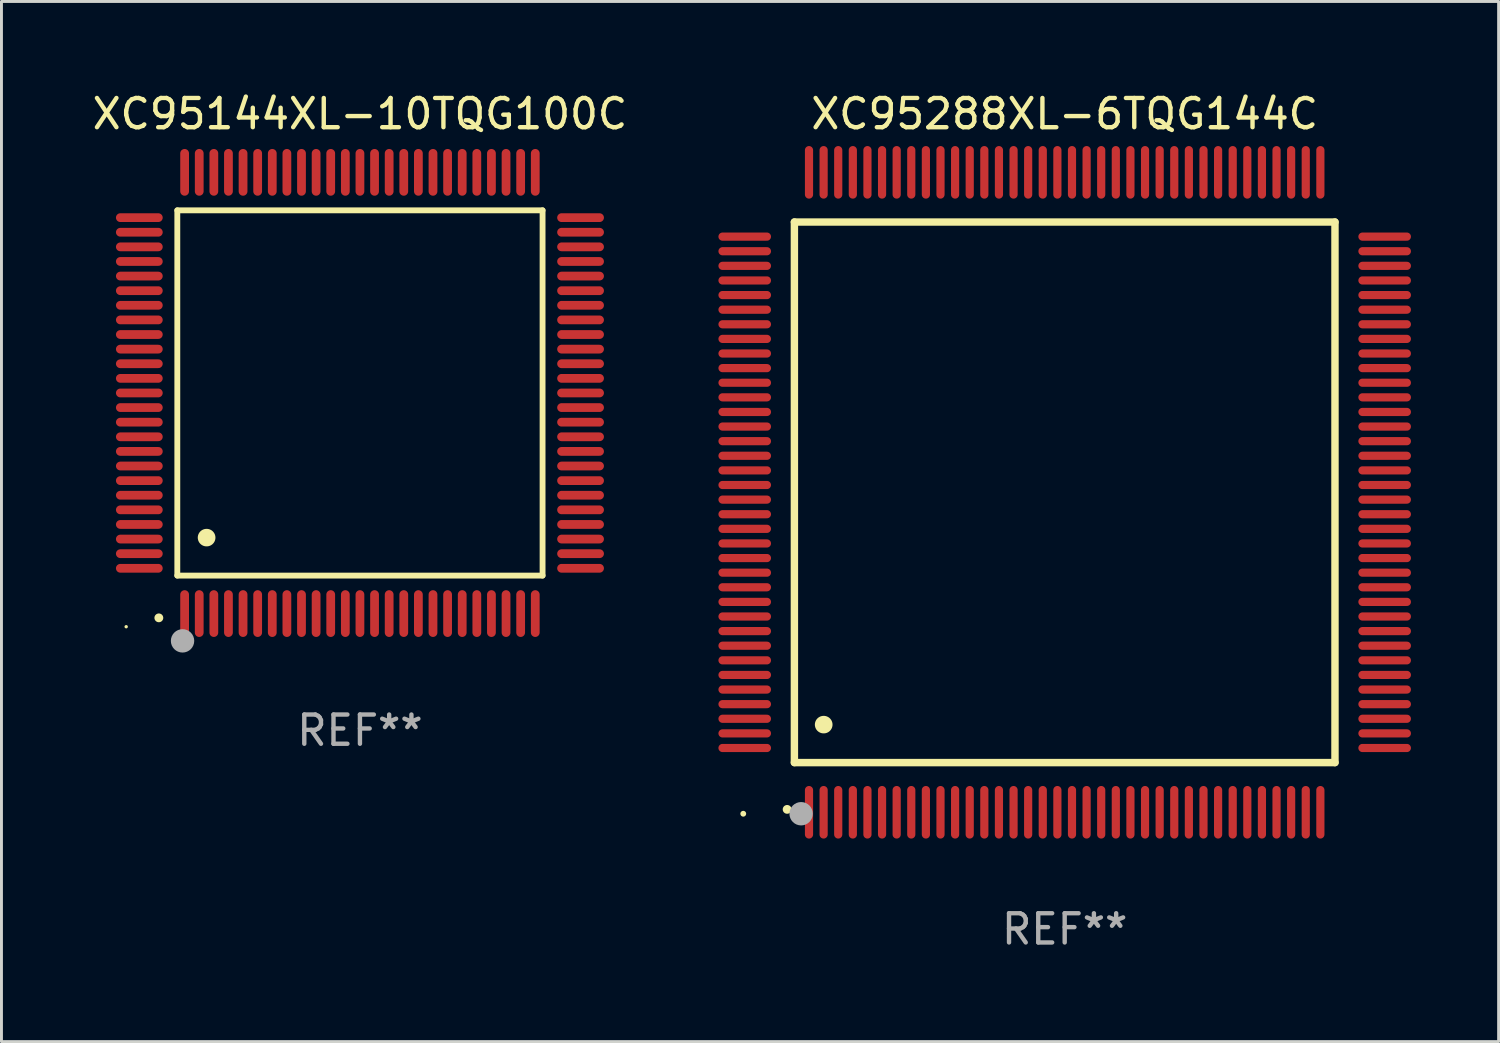
<source format=kicad_pcb>
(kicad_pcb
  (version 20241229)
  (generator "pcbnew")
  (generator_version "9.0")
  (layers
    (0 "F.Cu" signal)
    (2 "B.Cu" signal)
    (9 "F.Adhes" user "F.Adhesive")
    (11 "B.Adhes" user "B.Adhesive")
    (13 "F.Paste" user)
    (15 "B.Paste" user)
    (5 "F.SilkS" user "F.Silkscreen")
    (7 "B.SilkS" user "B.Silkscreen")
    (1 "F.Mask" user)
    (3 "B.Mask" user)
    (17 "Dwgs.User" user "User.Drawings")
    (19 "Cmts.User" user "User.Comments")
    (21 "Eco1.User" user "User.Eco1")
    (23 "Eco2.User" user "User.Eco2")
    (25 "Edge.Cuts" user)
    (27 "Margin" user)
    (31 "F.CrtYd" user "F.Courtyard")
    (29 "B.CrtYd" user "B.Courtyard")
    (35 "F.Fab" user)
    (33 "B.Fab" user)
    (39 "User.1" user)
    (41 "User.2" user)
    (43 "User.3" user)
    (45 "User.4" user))
  (footprint "XC95288XL-6TQG144C"
    (layer "F.Cu")
    (at 33.386 13.798)
    (property "Reference" "XC95288XL-6TQG144C" (at 0 -12.95 0) (layer "F.SilkS") (effects (font (size 1 1) (thickness 0.15))))
    (attr through_hole)
    (fp_line (start -9.25 -9.25) (end -9.25 9.25) (stroke (width 0.254) (type solid)) (layer "F.SilkS"))
    (fp_line (start -9.25 9.25) (end 9.25 9.25) (stroke (width 0.254) (type solid)) (layer "F.SilkS"))
    (fp_line (start 9.25 -9.25) (end -9.25 -9.25) (stroke (width 0.254) (type solid)) (layer "F.SilkS"))
    (fp_line (start 9.25 9.25) (end 9.25 -9.25) (stroke (width 0.254) (type solid)) (layer "F.SilkS"))
    (fp_arc (start -9.499619 10.850902) (mid -9.498349 10.850897) (end -9.497079 10.850902) (stroke (width 0.3) (type solid)) (layer "F.SilkS"))
    (fp_arc (start -8.249936 7.950216) (mid -8.247396 7.950205) (end -8.244856 7.950216) (stroke (width 0.6) (type solid)) (layer "F.SilkS"))
    (fp_circle (center -11 11) (end -10.95 11) (stroke (width 0.1) (type solid)) (fill no) (layer "F.SilkS"))
    (fp_circle (center -9.02 11) (end -8.82 11) (stroke (width 0.4) (type solid)) (fill no) (layer "F.Fab"))
    (fp_text user "REF**" (at 0 14.95 0) (layer "F.Fab") (effects (font (size 1 1) (thickness 0.15))))
    (pad "1" smd oval (at -8.75 10.95) (size 0.28 1.8) (layers "F.Cu" "F.Mask" "F.Paste"))
    (pad "2" smd oval (at -8.25 10.95) (size 0.28 1.8) (layers "F.Cu" "F.Mask" "F.Paste"))
    (pad "3" smd oval (at -7.75 10.95) (size 0.28 1.8) (layers "F.Cu" "F.Mask" "F.Paste"))
    (pad "4" smd oval (at -7.25 10.95) (size 0.28 1.8) (layers "F.Cu" "F.Mask" "F.Paste"))
    (pad "5" smd oval (at -6.75 10.95) (size 0.28 1.8) (layers "F.Cu" "F.Mask" "F.Paste"))
    (pad "6" smd oval (at -6.25 10.95) (size 0.28 1.8) (layers "F.Cu" "F.Mask" "F.Paste"))
    (pad "7" smd oval (at -5.75 10.95) (size 0.28 1.8) (layers "F.Cu" "F.Mask" "F.Paste"))
    (pad "8" smd oval (at -5.25 10.95) (size 0.28 1.8) (layers "F.Cu" "F.Mask" "F.Paste"))
    (pad "9" smd oval (at -4.75 10.95) (size 0.28 1.8) (layers "F.Cu" "F.Mask" "F.Paste"))
    (pad "10" smd oval (at -4.25 10.95) (size 0.28 1.8) (layers "F.Cu" "F.Mask" "F.Paste"))
    (pad "11" smd oval (at -3.75 10.95) (size 0.28 1.8) (layers "F.Cu" "F.Mask" "F.Paste"))
    (pad "12" smd oval (at -3.25 10.95) (size 0.28 1.8) (layers "F.Cu" "F.Mask" "F.Paste"))
    (pad "13" smd oval (at -2.75 10.95) (size 0.28 1.8) (layers "F.Cu" "F.Mask" "F.Paste"))
    (pad "14" smd oval (at -2.25 10.95) (size 0.28 1.8) (layers "F.Cu" "F.Mask" "F.Paste"))
    (pad "15" smd oval (at -1.75 10.95) (size 0.28 1.8) (layers "F.Cu" "F.Mask" "F.Paste"))
    (pad "16" smd oval (at -1.25 10.95) (size 0.28 1.8) (layers "F.Cu" "F.Mask" "F.Paste"))
    (pad "17" smd oval (at -0.75 10.95) (size 0.28 1.8) (layers "F.Cu" "F.Mask" "F.Paste"))
    (pad "18" smd oval (at -0.25 10.95) (size 0.28 1.8) (layers "F.Cu" "F.Mask" "F.Paste"))
    (pad "19" smd oval (at 0.25 10.95) (size 0.28 1.8) (layers "F.Cu" "F.Mask" "F.Paste"))
    (pad "20" smd oval (at 0.75 10.95) (size 0.28 1.8) (layers "F.Cu" "F.Mask" "F.Paste"))
    (pad "21" smd oval (at 1.25 10.95) (size 0.28 1.8) (layers "F.Cu" "F.Mask" "F.Paste"))
    (pad "22" smd oval (at 1.75 10.95) (size 0.28 1.8) (layers "F.Cu" "F.Mask" "F.Paste"))
    (pad "23" smd oval (at 2.25 10.95) (size 0.28 1.8) (layers "F.Cu" "F.Mask" "F.Paste"))
    (pad "24" smd oval (at 2.75 10.95) (size 0.28 1.8) (layers "F.Cu" "F.Mask" "F.Paste"))
    (pad "25" smd oval (at 3.25 10.95) (size 0.28 1.8) (layers "F.Cu" "F.Mask" "F.Paste"))
    (pad "26" smd oval (at 3.75 10.95) (size 0.28 1.8) (layers "F.Cu" "F.Mask" "F.Paste"))
    (pad "27" smd oval (at 4.25 10.95) (size 0.28 1.8) (layers "F.Cu" "F.Mask" "F.Paste"))
    (pad "28" smd oval (at 4.75 10.95) (size 0.28 1.8) (layers "F.Cu" "F.Mask" "F.Paste"))
    (pad "29" smd oval (at 5.25 10.95) (size 0.28 1.8) (layers "F.Cu" "F.Mask" "F.Paste"))
    (pad "30" smd oval (at 5.75 10.95) (size 0.28 1.8) (layers "F.Cu" "F.Mask" "F.Paste"))
    (pad "31" smd oval (at 6.25 10.95) (size 0.28 1.8) (layers "F.Cu" "F.Mask" "F.Paste"))
    (pad "32" smd oval (at 6.75 10.95) (size 0.28 1.8) (layers "F.Cu" "F.Mask" "F.Paste"))
    (pad "33" smd oval (at 7.25 10.95) (size 0.28 1.8) (layers "F.Cu" "F.Mask" "F.Paste"))
    (pad "34" smd oval (at 7.75 10.95) (size 0.28 1.8) (layers "F.Cu" "F.Mask" "F.Paste"))
    (pad "35" smd oval (at 8.25 10.95) (size 0.28 1.8) (layers "F.Cu" "F.Mask" "F.Paste"))
    (pad "36" smd oval (at 8.75 10.95) (size 0.28 1.8) (layers "F.Cu" "F.Mask" "F.Paste"))
    (pad "37" smd oval (at 10.95 8.75) (size 1.8 0.28) (layers "F.Cu" "F.Mask" "F.Paste"))
    (pad "38" smd oval (at 10.95 8.25) (size 1.8 0.28) (layers "F.Cu" "F.Mask" "F.Paste"))
    (pad "39" smd oval (at 10.95 7.75) (size 1.8 0.28) (layers "F.Cu" "F.Mask" "F.Paste"))
    (pad "40" smd oval (at 10.95 7.25) (size 1.8 0.28) (layers "F.Cu" "F.Mask" "F.Paste"))
    (pad "41" smd oval (at 10.95 6.75) (size 1.8 0.28) (layers "F.Cu" "F.Mask" "F.Paste"))
    (pad "42" smd oval (at 10.95 6.25) (size 1.8 0.28) (layers "F.Cu" "F.Mask" "F.Paste"))
    (pad "43" smd oval (at 10.95 5.75) (size 1.8 0.28) (layers "F.Cu" "F.Mask" "F.Paste"))
    (pad "44" smd oval (at 10.95 5.25) (size 1.8 0.28) (layers "F.Cu" "F.Mask" "F.Paste"))
    (pad "45" smd oval (at 10.95 4.75) (size 1.8 0.28) (layers "F.Cu" "F.Mask" "F.Paste"))
    (pad "46" smd oval (at 10.95 4.25) (size 1.8 0.28) (layers "F.Cu" "F.Mask" "F.Paste"))
    (pad "47" smd oval (at 10.95 3.75) (size 1.8 0.28) (layers "F.Cu" "F.Mask" "F.Paste"))
    (pad "48" smd oval (at 10.95 3.25) (size 1.8 0.28) (layers "F.Cu" "F.Mask" "F.Paste"))
    (pad "49" smd oval (at 10.95 2.75) (size 1.8 0.28) (layers "F.Cu" "F.Mask" "F.Paste"))
    (pad "50" smd oval (at 10.95 2.25) (size 1.8 0.28) (layers "F.Cu" "F.Mask" "F.Paste"))
    (pad "51" smd oval (at 10.95 1.75) (size 1.8 0.28) (layers "F.Cu" "F.Mask" "F.Paste"))
    (pad "52" smd oval (at 10.95 1.25) (size 1.8 0.28) (layers "F.Cu" "F.Mask" "F.Paste"))
    (pad "53" smd oval (at 10.95 0.75) (size 1.8 0.28) (layers "F.Cu" "F.Mask" "F.Paste"))
    (pad "54" smd oval (at 10.95 0.25) (size 1.8 0.28) (layers "F.Cu" "F.Mask" "F.Paste"))
    (pad "55" smd oval (at 10.95 -0.25) (size 1.8 0.28) (layers "F.Cu" "F.Mask" "F.Paste"))
    (pad "56" smd oval (at 10.95 -0.75) (size 1.8 0.28) (layers "F.Cu" "F.Mask" "F.Paste"))
    (pad "57" smd oval (at 10.95 -1.25) (size 1.8 0.28) (layers "F.Cu" "F.Mask" "F.Paste"))
    (pad "58" smd oval (at 10.95 -1.75) (size 1.8 0.28) (layers "F.Cu" "F.Mask" "F.Paste"))
    (pad "59" smd oval (at 10.95 -2.25) (size 1.8 0.28) (layers "F.Cu" "F.Mask" "F.Paste"))
    (pad "60" smd oval (at 10.95 -2.75) (size 1.8 0.28) (layers "F.Cu" "F.Mask" "F.Paste"))
    (pad "61" smd oval (at 10.95 -3.25) (size 1.8 0.28) (layers "F.Cu" "F.Mask" "F.Paste"))
    (pad "62" smd oval (at 10.95 -3.75) (size 1.8 0.28) (layers "F.Cu" "F.Mask" "F.Paste"))
    (pad "63" smd oval (at 10.95 -4.25) (size 1.8 0.28) (layers "F.Cu" "F.Mask" "F.Paste"))
    (pad "64" smd oval (at 10.95 -4.75) (size 1.8 0.28) (layers "F.Cu" "F.Mask" "F.Paste"))
    (pad "65" smd oval (at 10.95 -5.25) (size 1.8 0.28) (layers "F.Cu" "F.Mask" "F.Paste"))
    (pad "66" smd oval (at 10.95 -5.75) (size 1.8 0.28) (layers "F.Cu" "F.Mask" "F.Paste"))
    (pad "67" smd oval (at 10.95 -6.25) (size 1.8 0.28) (layers "F.Cu" "F.Mask" "F.Paste"))
    (pad "68" smd oval (at 10.95 -6.75) (size 1.8 0.28) (layers "F.Cu" "F.Mask" "F.Paste"))
    (pad "69" smd oval (at 10.95 -7.25) (size 1.8 0.28) (layers "F.Cu" "F.Mask" "F.Paste"))
    (pad "70" smd oval (at 10.95 -7.75) (size 1.8 0.28) (layers "F.Cu" "F.Mask" "F.Paste"))
    (pad "71" smd oval (at 10.95 -8.25) (size 1.8 0.28) (layers "F.Cu" "F.Mask" "F.Paste"))
    (pad "72" smd oval (at 10.95 -8.75) (size 1.8 0.28) (layers "F.Cu" "F.Mask" "F.Paste"))
    (pad "73" smd oval (at 8.75 -10.95) (size 0.28 1.8) (layers "F.Cu" "F.Mask" "F.Paste"))
    (pad "74" smd oval (at 8.25 -10.95) (size 0.28 1.8) (layers "F.Cu" "F.Mask" "F.Paste"))
    (pad "75" smd oval (at 7.75 -10.95) (size 0.28 1.8) (layers "F.Cu" "F.Mask" "F.Paste"))
    (pad "76" smd oval (at 7.25 -10.95) (size 0.28 1.8) (layers "F.Cu" "F.Mask" "F.Paste"))
    (pad "77" smd oval (at 6.75 -10.95) (size 0.28 1.8) (layers "F.Cu" "F.Mask" "F.Paste"))
    (pad "78" smd oval (at 6.25 -10.95) (size 0.28 1.8) (layers "F.Cu" "F.Mask" "F.Paste"))
    (pad "79" smd oval (at 5.75 -10.95) (size 0.28 1.8) (layers "F.Cu" "F.Mask" "F.Paste"))
    (pad "80" smd oval (at 5.25 -10.95) (size 0.28 1.8) (layers "F.Cu" "F.Mask" "F.Paste"))
    (pad "81" smd oval (at 4.75 -10.95) (size 0.28 1.8) (layers "F.Cu" "F.Mask" "F.Paste"))
    (pad "82" smd oval (at 4.25 -10.95) (size 0.28 1.8) (layers "F.Cu" "F.Mask" "F.Paste"))
    (pad "83" smd oval (at 3.75 -10.95) (size 0.28 1.8) (layers "F.Cu" "F.Mask" "F.Paste"))
    (pad "84" smd oval (at 3.25 -10.95) (size 0.28 1.8) (layers "F.Cu" "F.Mask" "F.Paste"))
    (pad "85" smd oval (at 2.75 -10.95) (size 0.28 1.8) (layers "F.Cu" "F.Mask" "F.Paste"))
    (pad "86" smd oval (at 2.25 -10.95) (size 0.28 1.8) (layers "F.Cu" "F.Mask" "F.Paste"))
    (pad "87" smd oval (at 1.75 -10.95) (size 0.28 1.8) (layers "F.Cu" "F.Mask" "F.Paste"))
    (pad "88" smd oval (at 1.25 -10.95) (size 0.28 1.8) (layers "F.Cu" "F.Mask" "F.Paste"))
    (pad "89" smd oval (at 0.75 -10.95) (size 0.28 1.8) (layers "F.Cu" "F.Mask" "F.Paste"))
    (pad "90" smd oval (at 0.25 -10.95) (size 0.28 1.8) (layers "F.Cu" "F.Mask" "F.Paste"))
    (pad "91" smd oval (at -0.25 -10.95) (size 0.28 1.8) (layers "F.Cu" "F.Mask" "F.Paste"))
    (pad "92" smd oval (at -0.75 -10.95) (size 0.28 1.8) (layers "F.Cu" "F.Mask" "F.Paste"))
    (pad "93" smd oval (at -1.25 -10.95) (size 0.28 1.8) (layers "F.Cu" "F.Mask" "F.Paste"))
    (pad "94" smd oval (at -1.75 -10.95) (size 0.28 1.8) (layers "F.Cu" "F.Mask" "F.Paste"))
    (pad "95" smd oval (at -2.25 -10.95) (size 0.28 1.8) (layers "F.Cu" "F.Mask" "F.Paste"))
    (pad "96" smd oval (at -2.75 -10.95) (size 0.28 1.8) (layers "F.Cu" "F.Mask" "F.Paste"))
    (pad "97" smd oval (at -3.25 -10.95) (size 0.28 1.8) (layers "F.Cu" "F.Mask" "F.Paste"))
    (pad "98" smd oval (at -3.75 -10.95) (size 0.28 1.8) (layers "F.Cu" "F.Mask" "F.Paste"))
    (pad "99" smd oval (at -4.25 -10.95) (size 0.28 1.8) (layers "F.Cu" "F.Mask" "F.Paste"))
    (pad "100" smd oval (at -4.75 -10.95) (size 0.28 1.8) (layers "F.Cu" "F.Mask" "F.Paste"))
    (pad "101" smd oval (at -5.25 -10.95) (size 0.28 1.8) (layers "F.Cu" "F.Mask" "F.Paste"))
    (pad "102" smd oval (at -5.75 -10.95) (size 0.28 1.8) (layers "F.Cu" "F.Mask" "F.Paste"))
    (pad "103" smd oval (at -6.25 -10.95) (size 0.28 1.8) (layers "F.Cu" "F.Mask" "F.Paste"))
    (pad "104" smd oval (at -6.75 -10.95) (size 0.28 1.8) (layers "F.Cu" "F.Mask" "F.Paste"))
    (pad "105" smd oval (at -7.25 -10.95) (size 0.28 1.8) (layers "F.Cu" "F.Mask" "F.Paste"))
    (pad "106" smd oval (at -7.75 -10.95) (size 0.28 1.8) (layers "F.Cu" "F.Mask" "F.Paste"))
    (pad "107" smd oval (at -8.25 -10.95) (size 0.28 1.8) (layers "F.Cu" "F.Mask" "F.Paste"))
    (pad "108" smd oval (at -8.75 -10.95) (size 0.28 1.8) (layers "F.Cu" "F.Mask" "F.Paste"))
    (pad "109" smd oval (at -10.95 -8.75) (size 1.8 0.28) (layers "F.Cu" "F.Mask" "F.Paste"))
    (pad "110" smd oval (at -10.95 -8.25) (size 1.8 0.28) (layers "F.Cu" "F.Mask" "F.Paste"))
    (pad "111" smd oval (at -10.95 -7.75) (size 1.8 0.28) (layers "F.Cu" "F.Mask" "F.Paste"))
    (pad "112" smd oval (at -10.95 -7.25) (size 1.8 0.28) (layers "F.Cu" "F.Mask" "F.Paste"))
    (pad "113" smd oval (at -10.95 -6.75) (size 1.8 0.28) (layers "F.Cu" "F.Mask" "F.Paste"))
    (pad "114" smd oval (at -10.95 -6.25) (size 1.8 0.28) (layers "F.Cu" "F.Mask" "F.Paste"))
    (pad "115" smd oval (at -10.95 -5.75) (size 1.8 0.28) (layers "F.Cu" "F.Mask" "F.Paste"))
    (pad "116" smd oval (at -10.95 -5.25) (size 1.8 0.28) (layers "F.Cu" "F.Mask" "F.Paste"))
    (pad "117" smd oval (at -10.95 -4.75) (size 1.8 0.28) (layers "F.Cu" "F.Mask" "F.Paste"))
    (pad "118" smd oval (at -10.95 -4.25) (size 1.8 0.28) (layers "F.Cu" "F.Mask" "F.Paste"))
    (pad "119" smd oval (at -10.95 -3.75) (size 1.8 0.28) (layers "F.Cu" "F.Mask" "F.Paste"))
    (pad "120" smd oval (at -10.95 -3.25) (size 1.8 0.28) (layers "F.Cu" "F.Mask" "F.Paste"))
    (pad "121" smd oval (at -10.95 -2.75) (size 1.8 0.28) (layers "F.Cu" "F.Mask" "F.Paste"))
    (pad "122" smd oval (at -10.95 -2.25) (size 1.8 0.28) (layers "F.Cu" "F.Mask" "F.Paste"))
    (pad "123" smd oval (at -10.95 -1.75) (size 1.8 0.28) (layers "F.Cu" "F.Mask" "F.Paste"))
    (pad "124" smd oval (at -10.95 -1.25) (size 1.8 0.28) (layers "F.Cu" "F.Mask" "F.Paste"))
    (pad "125" smd oval (at -10.95 -0.75) (size 1.8 0.28) (layers "F.Cu" "F.Mask" "F.Paste"))
    (pad "126" smd oval (at -10.95 -0.25) (size 1.8 0.28) (layers "F.Cu" "F.Mask" "F.Paste"))
    (pad "127" smd oval (at -10.95 0.25) (size 1.8 0.28) (layers "F.Cu" "F.Mask" "F.Paste"))
    (pad "128" smd oval (at -10.95 0.75) (size 1.8 0.28) (layers "F.Cu" "F.Mask" "F.Paste"))
    (pad "129" smd oval (at -10.95 1.25) (size 1.8 0.28) (layers "F.Cu" "F.Mask" "F.Paste"))
    (pad "130" smd oval (at -10.95 1.75) (size 1.8 0.28) (layers "F.Cu" "F.Mask" "F.Paste"))
    (pad "131" smd oval (at -10.95 2.25) (size 1.8 0.28) (layers "F.Cu" "F.Mask" "F.Paste"))
    (pad "132" smd oval (at -10.95 2.75) (size 1.8 0.28) (layers "F.Cu" "F.Mask" "F.Paste"))
    (pad "133" smd oval (at -10.95 3.25) (size 1.8 0.28) (layers "F.Cu" "F.Mask" "F.Paste"))
    (pad "134" smd oval (at -10.95 3.75) (size 1.8 0.28) (layers "F.Cu" "F.Mask" "F.Paste"))
    (pad "135" smd oval (at -10.95 4.25) (size 1.8 0.28) (layers "F.Cu" "F.Mask" "F.Paste"))
    (pad "136" smd oval (at -10.95 4.75) (size 1.8 0.28) (layers "F.Cu" "F.Mask" "F.Paste"))
    (pad "137" smd oval (at -10.95 5.25) (size 1.8 0.28) (layers "F.Cu" "F.Mask" "F.Paste"))
    (pad "138" smd oval (at -10.95 5.75) (size 1.8 0.28) (layers "F.Cu" "F.Mask" "F.Paste"))
    (pad "139" smd oval (at -10.95 6.25) (size 1.8 0.28) (layers "F.Cu" "F.Mask" "F.Paste"))
    (pad "140" smd oval (at -10.95 6.75) (size 1.8 0.28) (layers "F.Cu" "F.Mask" "F.Paste"))
    (pad "141" smd oval (at -10.95 7.25) (size 1.8 0.28) (layers "F.Cu" "F.Mask" "F.Paste"))
    (pad "142" smd oval (at -10.95 7.75) (size 1.8 0.28) (layers "F.Cu" "F.Mask" "F.Paste"))
    (pad "143" smd oval (at -10.95 8.25) (size 1.8 0.28) (layers "F.Cu" "F.Mask" "F.Paste"))
    (pad "144" smd oval (at -10.95 8.75) (size 1.8 0.28) (layers "F.Cu" "F.Mask" "F.Paste")))
  (footprint "XC95144XL-10TQG100C"
    (layer "F.Cu")
    (at 9.268 10.398)
    (property "Reference" "XC95144XL-10TQG100C" (at 0 -9.55 0) (layer "F.SilkS") (effects (font (size 1 1) (thickness 0.15))))
    (attr through_hole)
    (fp_line (start -6.25 -6.25) (end -6.25 6.25) (stroke (width 0.2) (type solid)) (layer "F.SilkS"))
    (fp_line (start -6.25 6.25) (end 6.25 6.25) (stroke (width 0.2) (type solid)) (layer "F.SilkS"))
    (fp_line (start 6.25 -6.25) (end -6.25 -6.25) (stroke (width 0.2) (type solid)) (layer "F.SilkS"))
    (fp_line (start 6.25 6.25) (end 6.25 -6.25) (stroke (width 0.2) (type solid)) (layer "F.SilkS"))
    (fp_arc (start -6.883414 7.696215) (mid -6.882144 7.69621) (end -6.880874 7.696215) (stroke (width 0.3) (type solid)) (layer "F.SilkS"))
    (fp_arc (start -5.250191 4.95047) (mid -5.247651 4.950459) (end -5.245111 4.95047) (stroke (width 0.6) (type solid)) (layer "F.SilkS"))
    (fp_circle (center -8 8) (end -7.97 8) (stroke (width 0.06) (type solid)) (fill no) (layer "F.SilkS"))
    (fp_circle (center -6.071 8.484) (end -5.871 8.484) (stroke (width 0.4) (type solid)) (fill no) (layer "F.Fab"))
    (fp_text user "REF**" (at 0 11.55 0) (layer "F.Fab") (effects (font (size 1 1) (thickness 0.15))))
    (pad "1" smd oval (at -6 7.55) (size 0.3 1.6) (layers "F.Cu" "F.Mask" "F.Paste"))
    (pad "2" smd oval (at -5.5 7.55) (size 0.3 1.6) (layers "F.Cu" "F.Mask" "F.Paste"))
    (pad "3" smd oval (at -5 7.55) (size 0.3 1.6) (layers "F.Cu" "F.Mask" "F.Paste"))
    (pad "4" smd oval (at -4.5 7.55) (size 0.3 1.6) (layers "F.Cu" "F.Mask" "F.Paste"))
    (pad "5" smd oval (at -4 7.55) (size 0.3 1.6) (layers "F.Cu" "F.Mask" "F.Paste"))
    (pad "6" smd oval (at -3.5 7.55) (size 0.3 1.6) (layers "F.Cu" "F.Mask" "F.Paste"))
    (pad "7" smd oval (at -3 7.55) (size 0.3 1.6) (layers "F.Cu" "F.Mask" "F.Paste"))
    (pad "8" smd oval (at -2.5 7.55) (size 0.3 1.6) (layers "F.Cu" "F.Mask" "F.Paste"))
    (pad "9" smd oval (at -2 7.55) (size 0.3 1.6) (layers "F.Cu" "F.Mask" "F.Paste"))
    (pad "10" smd oval (at -1.5 7.55) (size 0.3 1.6) (layers "F.Cu" "F.Mask" "F.Paste"))
    (pad "11" smd oval (at -1 7.55) (size 0.3 1.6) (layers "F.Cu" "F.Mask" "F.Paste"))
    (pad "12" smd oval (at -0.5 7.55) (size 0.3 1.6) (layers "F.Cu" "F.Mask" "F.Paste"))
    (pad "13" smd oval (at 0 7.55) (size 0.3 1.6) (layers "F.Cu" "F.Mask" "F.Paste"))
    (pad "14" smd oval (at 0.5 7.55) (size 0.3 1.6) (layers "F.Cu" "F.Mask" "F.Paste"))
    (pad "15" smd oval (at 1 7.55) (size 0.3 1.6) (layers "F.Cu" "F.Mask" "F.Paste"))
    (pad "16" smd oval (at 1.5 7.55) (size 0.3 1.6) (layers "F.Cu" "F.Mask" "F.Paste"))
    (pad "17" smd oval (at 2 7.55) (size 0.3 1.6) (layers "F.Cu" "F.Mask" "F.Paste"))
    (pad "18" smd oval (at 2.5 7.55) (size 0.3 1.6) (layers "F.Cu" "F.Mask" "F.Paste"))
    (pad "19" smd oval (at 3 7.55) (size 0.3 1.6) (layers "F.Cu" "F.Mask" "F.Paste"))
    (pad "20" smd oval (at 3.5 7.55) (size 0.3 1.6) (layers "F.Cu" "F.Mask" "F.Paste"))
    (pad "21" smd oval (at 4 7.55) (size 0.3 1.6) (layers "F.Cu" "F.Mask" "F.Paste"))
    (pad "22" smd oval (at 4.5 7.55) (size 0.3 1.6) (layers "F.Cu" "F.Mask" "F.Paste"))
    (pad "23" smd oval (at 5 7.55) (size 0.3 1.6) (layers "F.Cu" "F.Mask" "F.Paste"))
    (pad "24" smd oval (at 5.5 7.55) (size 0.3 1.6) (layers "F.Cu" "F.Mask" "F.Paste"))
    (pad "25" smd oval (at 6 7.55) (size 0.3 1.6) (layers "F.Cu" "F.Mask" "F.Paste"))
    (pad "26" smd oval (at 7.55 6) (size 1.6 0.3) (layers "F.Cu" "F.Mask" "F.Paste"))
    (pad "27" smd oval (at 7.55 5.5) (size 1.6 0.3) (layers "F.Cu" "F.Mask" "F.Paste"))
    (pad "28" smd oval (at 7.55 5) (size 1.6 0.3) (layers "F.Cu" "F.Mask" "F.Paste"))
    (pad "29" smd oval (at 7.55 4.5) (size 1.6 0.3) (layers "F.Cu" "F.Mask" "F.Paste"))
    (pad "30" smd oval (at 7.55 4) (size 1.6 0.3) (layers "F.Cu" "F.Mask" "F.Paste"))
    (pad "31" smd oval (at 7.55 3.5) (size 1.6 0.3) (layers "F.Cu" "F.Mask" "F.Paste"))
    (pad "32" smd oval (at 7.55 3) (size 1.6 0.3) (layers "F.Cu" "F.Mask" "F.Paste"))
    (pad "33" smd oval (at 7.55 2.5) (size 1.6 0.3) (layers "F.Cu" "F.Mask" "F.Paste"))
    (pad "34" smd oval (at 7.55 2) (size 1.6 0.3) (layers "F.Cu" "F.Mask" "F.Paste"))
    (pad "35" smd oval (at 7.55 1.5) (size 1.6 0.3) (layers "F.Cu" "F.Mask" "F.Paste"))
    (pad "36" smd oval (at 7.55 1) (size 1.6 0.3) (layers "F.Cu" "F.Mask" "F.Paste"))
    (pad "37" smd oval (at 7.55 0.5) (size 1.6 0.3) (layers "F.Cu" "F.Mask" "F.Paste"))
    (pad "38" smd oval (at 7.55 0) (size 1.6 0.3) (layers "F.Cu" "F.Mask" "F.Paste"))
    (pad "39" smd oval (at 7.55 -0.5) (size 1.6 0.3) (layers "F.Cu" "F.Mask" "F.Paste"))
    (pad "40" smd oval (at 7.55 -1) (size 1.6 0.3) (layers "F.Cu" "F.Mask" "F.Paste"))
    (pad "41" smd oval (at 7.55 -1.5) (size 1.6 0.3) (layers "F.Cu" "F.Mask" "F.Paste"))
    (pad "42" smd oval (at 7.55 -2) (size 1.6 0.3) (layers "F.Cu" "F.Mask" "F.Paste"))
    (pad "43" smd oval (at 7.55 -2.5) (size 1.6 0.3) (layers "F.Cu" "F.Mask" "F.Paste"))
    (pad "44" smd oval (at 7.55 -3) (size 1.6 0.3) (layers "F.Cu" "F.Mask" "F.Paste"))
    (pad "45" smd oval (at 7.55 -3.5) (size 1.6 0.3) (layers "F.Cu" "F.Mask" "F.Paste"))
    (pad "46" smd oval (at 7.55 -4) (size 1.6 0.3) (layers "F.Cu" "F.Mask" "F.Paste"))
    (pad "47" smd oval (at 7.55 -4.5) (size 1.6 0.3) (layers "F.Cu" "F.Mask" "F.Paste"))
    (pad "48" smd oval (at 7.55 -5) (size 1.6 0.3) (layers "F.Cu" "F.Mask" "F.Paste"))
    (pad "49" smd oval (at 7.55 -5.5) (size 1.6 0.3) (layers "F.Cu" "F.Mask" "F.Paste"))
    (pad "50" smd oval (at 7.55 -6) (size 1.6 0.3) (layers "F.Cu" "F.Mask" "F.Paste"))
    (pad "51" smd oval (at 6 -7.55) (size 0.3 1.6) (layers "F.Cu" "F.Mask" "F.Paste"))
    (pad "52" smd oval (at 5.5 -7.55) (size 0.3 1.6) (layers "F.Cu" "F.Mask" "F.Paste"))
    (pad "53" smd oval (at 5 -7.55) (size 0.3 1.6) (layers "F.Cu" "F.Mask" "F.Paste"))
    (pad "54" smd oval (at 4.5 -7.55) (size 0.3 1.6) (layers "F.Cu" "F.Mask" "F.Paste"))
    (pad "55" smd oval (at 4 -7.55) (size 0.3 1.6) (layers "F.Cu" "F.Mask" "F.Paste"))
    (pad "56" smd oval (at 3.5 -7.55) (size 0.3 1.6) (layers "F.Cu" "F.Mask" "F.Paste"))
    (pad "57" smd oval (at 3 -7.55) (size 0.3 1.6) (layers "F.Cu" "F.Mask" "F.Paste"))
    (pad "58" smd oval (at 2.5 -7.55) (size 0.3 1.6) (layers "F.Cu" "F.Mask" "F.Paste"))
    (pad "59" smd oval (at 2 -7.55) (size 0.3 1.6) (layers "F.Cu" "F.Mask" "F.Paste"))
    (pad "60" smd oval (at 1.5 -7.55) (size 0.3 1.6) (layers "F.Cu" "F.Mask" "F.Paste"))
    (pad "61" smd oval (at 1 -7.55) (size 0.3 1.6) (layers "F.Cu" "F.Mask" "F.Paste"))
    (pad "62" smd oval (at 0.5 -7.55) (size 0.3 1.6) (layers "F.Cu" "F.Mask" "F.Paste"))
    (pad "63" smd oval (at 0 -7.55) (size 0.3 1.6) (layers "F.Cu" "F.Mask" "F.Paste"))
    (pad "64" smd oval (at -0.5 -7.55) (size 0.3 1.6) (layers "F.Cu" "F.Mask" "F.Paste"))
    (pad "65" smd oval (at -1 -7.55) (size 0.3 1.6) (layers "F.Cu" "F.Mask" "F.Paste"))
    (pad "66" smd oval (at -1.5 -7.55) (size 0.3 1.6) (layers "F.Cu" "F.Mask" "F.Paste"))
    (pad "67" smd oval (at -2 -7.55) (size 0.3 1.6) (layers "F.Cu" "F.Mask" "F.Paste"))
    (pad "68" smd oval (at -2.5 -7.55) (size 0.3 1.6) (layers "F.Cu" "F.Mask" "F.Paste"))
    (pad "69" smd oval (at -3 -7.55) (size 0.3 1.6) (layers "F.Cu" "F.Mask" "F.Paste"))
    (pad "70" smd oval (at -3.5 -7.55) (size 0.3 1.6) (layers "F.Cu" "F.Mask" "F.Paste"))
    (pad "71" smd oval (at -4 -7.55) (size 0.3 1.6) (layers "F.Cu" "F.Mask" "F.Paste"))
    (pad "72" smd oval (at -4.5 -7.55) (size 0.3 1.6) (layers "F.Cu" "F.Mask" "F.Paste"))
    (pad "73" smd oval (at -5 -7.55) (size 0.3 1.6) (layers "F.Cu" "F.Mask" "F.Paste"))
    (pad "74" smd oval (at -5.5 -7.55) (size 0.3 1.6) (layers "F.Cu" "F.Mask" "F.Paste"))
    (pad "75" smd oval (at -6 -7.55) (size 0.3 1.6) (layers "F.Cu" "F.Mask" "F.Paste"))
    (pad "76" smd oval (at -7.55 -6) (size 1.6 0.3) (layers "F.Cu" "F.Mask" "F.Paste"))
    (pad "77" smd oval (at -7.55 -5.5) (size 1.6 0.3) (layers "F.Cu" "F.Mask" "F.Paste"))
    (pad "78" smd oval (at -7.55 -5) (size 1.6 0.3) (layers "F.Cu" "F.Mask" "F.Paste"))
    (pad "79" smd oval (at -7.55 -4.5) (size 1.6 0.3) (layers "F.Cu" "F.Mask" "F.Paste"))
    (pad "80" smd oval (at -7.55 -4) (size 1.6 0.3) (layers "F.Cu" "F.Mask" "F.Paste"))
    (pad "81" smd oval (at -7.55 -3.5) (size 1.6 0.3) (layers "F.Cu" "F.Mask" "F.Paste"))
    (pad "82" smd oval (at -7.55 -3) (size 1.6 0.3) (layers "F.Cu" "F.Mask" "F.Paste"))
    (pad "83" smd oval (at -7.55 -2.5) (size 1.6 0.3) (layers "F.Cu" "F.Mask" "F.Paste"))
    (pad "84" smd oval (at -7.55 -2) (size 1.6 0.3) (layers "F.Cu" "F.Mask" "F.Paste"))
    (pad "85" smd oval (at -7.55 -1.5) (size 1.6 0.3) (layers "F.Cu" "F.Mask" "F.Paste"))
    (pad "86" smd oval (at -7.55 -1) (size 1.6 0.3) (layers "F.Cu" "F.Mask" "F.Paste"))
    (pad "87" smd oval (at -7.55 -0.5) (size 1.6 0.3) (layers "F.Cu" "F.Mask" "F.Paste"))
    (pad "88" smd oval (at -7.55 0) (size 1.6 0.3) (layers "F.Cu" "F.Mask" "F.Paste"))
    (pad "89" smd oval (at -7.55 0.5) (size 1.6 0.3) (layers "F.Cu" "F.Mask" "F.Paste"))
    (pad "90" smd oval (at -7.55 1) (size 1.6 0.3) (layers "F.Cu" "F.Mask" "F.Paste"))
    (pad "91" smd oval (at -7.55 1.5) (size 1.6 0.3) (layers "F.Cu" "F.Mask" "F.Paste"))
    (pad "92" smd oval (at -7.55 2) (size 1.6 0.3) (layers "F.Cu" "F.Mask" "F.Paste"))
    (pad "93" smd oval (at -7.55 2.5) (size 1.6 0.3) (layers "F.Cu" "F.Mask" "F.Paste"))
    (pad "94" smd oval (at -7.55 3) (size 1.6 0.3) (layers "F.Cu" "F.Mask" "F.Paste"))
    (pad "95" smd oval (at -7.55 3.5) (size 1.6 0.3) (layers "F.Cu" "F.Mask" "F.Paste"))
    (pad "96" smd oval (at -7.55 4) (size 1.6 0.3) (layers "F.Cu" "F.Mask" "F.Paste"))
    (pad "97" smd oval (at -7.55 4.5) (size 1.6 0.3) (layers "F.Cu" "F.Mask" "F.Paste"))
    (pad "98" smd oval (at -7.55 5) (size 1.6 0.3) (layers "F.Cu" "F.Mask" "F.Paste"))
    (pad "99" smd oval (at -7.55 5.5) (size 1.6 0.3) (layers "F.Cu" "F.Mask" "F.Paste"))
    (pad "100" smd oval (at -7.55 6) (size 1.6 0.3) (layers "F.Cu" "F.Mask" "F.Paste")))
  (gr_rect
    (start -3 -3)
    (end 48.236 32.596)
    (stroke (width 0.1) (type default))
    (fill no)
    (layer "Edge.Cuts")))
</source>
